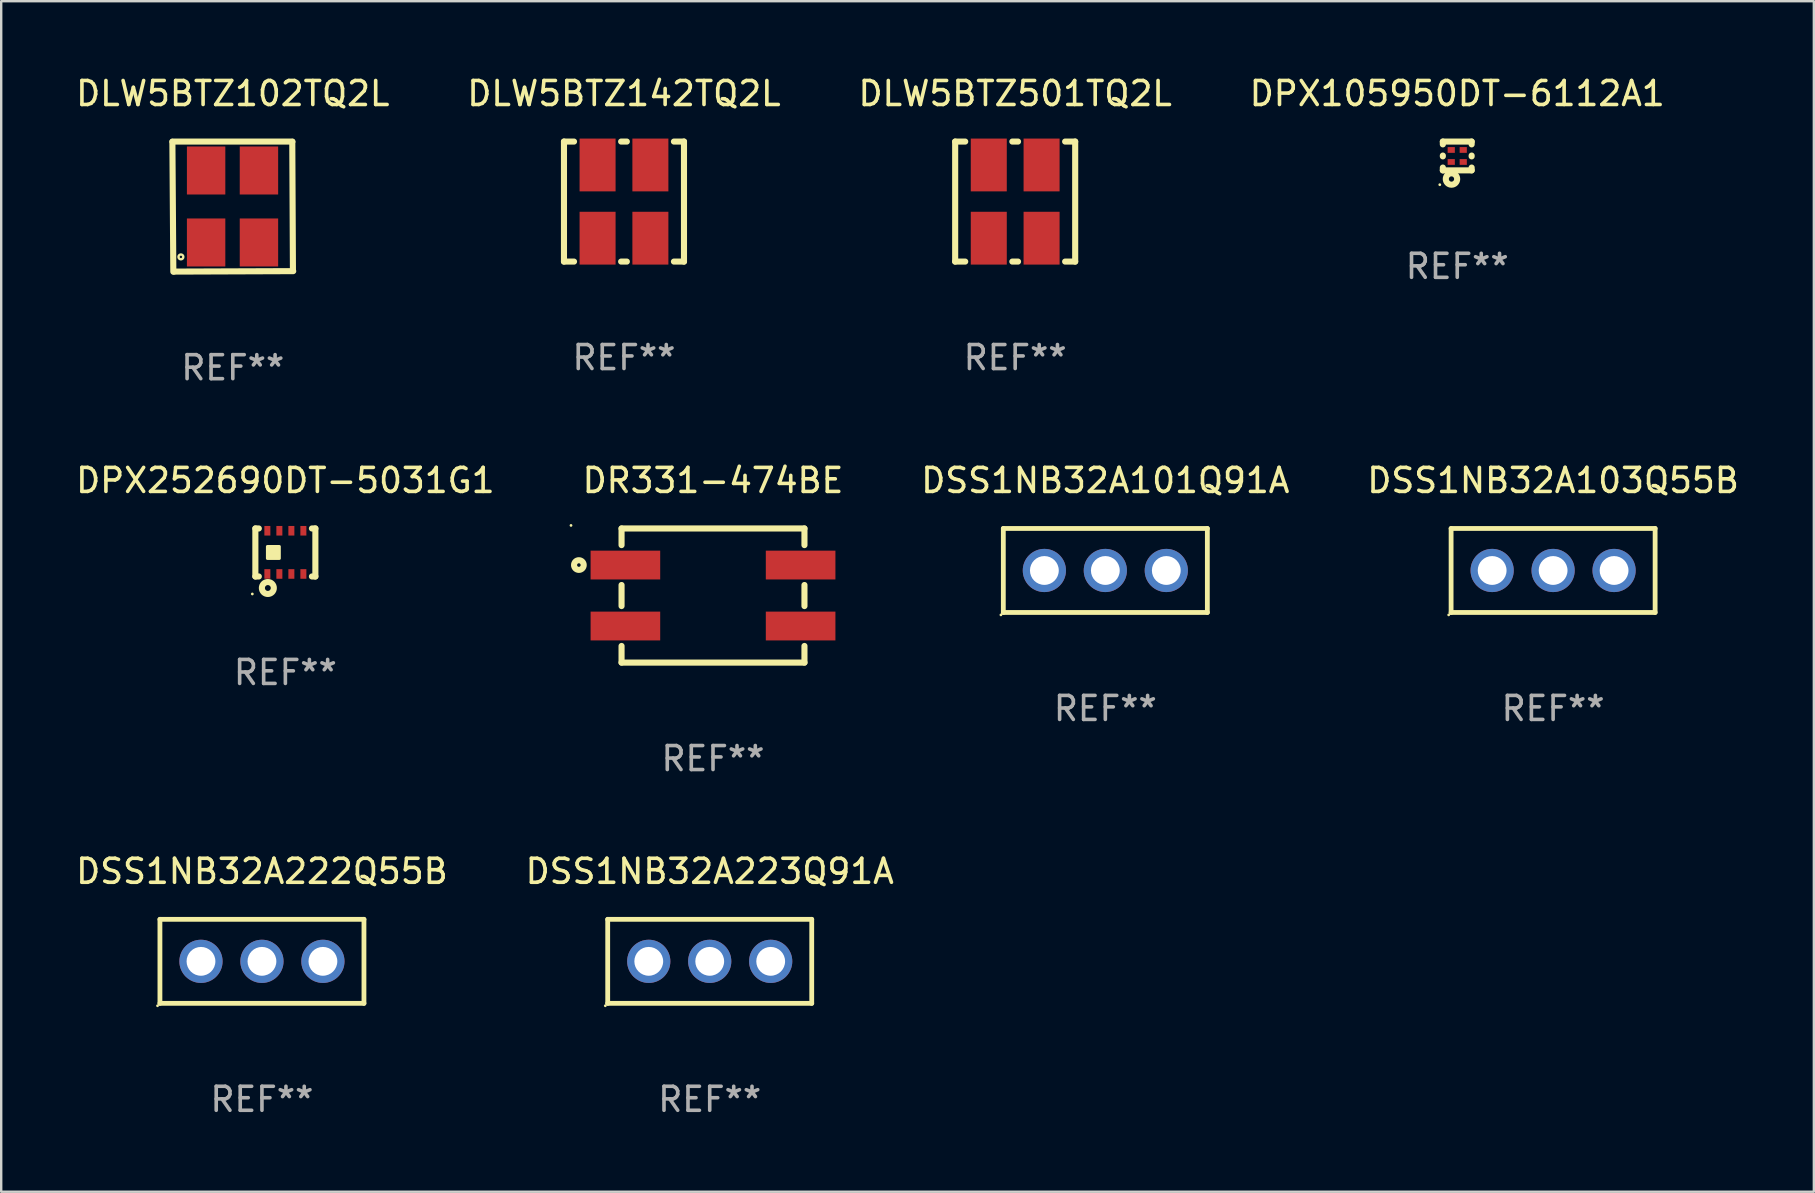
<source format=kicad_pcb>
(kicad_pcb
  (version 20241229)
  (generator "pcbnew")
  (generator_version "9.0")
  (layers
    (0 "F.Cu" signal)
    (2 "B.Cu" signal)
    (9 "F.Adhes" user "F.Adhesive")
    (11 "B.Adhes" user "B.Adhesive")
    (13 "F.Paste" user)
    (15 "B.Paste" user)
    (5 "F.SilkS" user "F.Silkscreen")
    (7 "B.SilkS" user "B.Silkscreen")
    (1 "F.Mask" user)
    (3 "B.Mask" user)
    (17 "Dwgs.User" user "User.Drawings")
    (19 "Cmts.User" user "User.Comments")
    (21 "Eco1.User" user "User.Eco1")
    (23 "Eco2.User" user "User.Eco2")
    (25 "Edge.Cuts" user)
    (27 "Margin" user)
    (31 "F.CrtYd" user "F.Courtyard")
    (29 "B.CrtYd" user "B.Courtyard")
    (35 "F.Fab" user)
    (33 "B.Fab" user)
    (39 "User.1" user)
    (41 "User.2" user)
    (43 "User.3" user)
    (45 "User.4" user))
  (footprint "DR331-474BE"
    (layer "F.Cu")
    (at 26.655 21.761)
    (property "Reference" "DR331-474BE" (at 0 -4.794 0) (layer "F.SilkS") (effects (font (size 1 1) (thickness 0.15))))
    (attr through_hole)
    (fp_line (start -3.81 -2.794) (end 3.81 -2.794) (stroke (width 0.254) (type solid)) (layer "F.SilkS"))
    (fp_line (start -3.81 -2.101) (end -3.81 -2.794) (stroke (width 0.254) (type solid)) (layer "F.SilkS"))
    (fp_line (start -3.81 0.439) (end -3.81 -0.439) (stroke (width 0.254) (type solid)) (layer "F.SilkS"))
    (fp_line (start -3.81 2.794) (end -3.81 2.101) (stroke (width 0.254) (type solid)) (layer "F.SilkS"))
    (fp_line (start 3.81 -2.794) (end 3.81 -2.101) (stroke (width 0.254) (type solid)) (layer "F.SilkS"))
    (fp_line (start 3.81 -0.439) (end 3.81 0.439) (stroke (width 0.254) (type solid)) (layer "F.SilkS"))
    (fp_line (start 3.81 2.101) (end 3.81 2.794) (stroke (width 0.254) (type solid)) (layer "F.SilkS"))
    (fp_line (start 3.81 2.794) (end -3.81 2.794) (stroke (width 0.254) (type solid)) (layer "F.SilkS"))
    (fp_circle (center -5.916 -2.921) (end -5.886 -2.921) (stroke (width 0.06) (type solid)) (fill no) (layer "F.SilkS"))
    (fp_circle (center -5.588 -1.27) (end -5.387 -1.27) (stroke (width 0.254) (type solid)) (fill no) (layer "F.SilkS"))
    (fp_text user "REF**" (at 0 6.794 0) (layer "F.Fab") (effects (font (size 1 1) (thickness 0.15))))
    (pad "1" smd rect (at -3.65 -1.27) (size 2.9 1.2) (layers "F.Cu" "F.Mask" "F.Paste"))
    (pad "2" smd rect (at -3.65 1.27) (size 2.9 1.2) (layers "F.Cu" "F.Mask" "F.Paste"))
    (pad "3" smd rect (at 3.65 1.27) (size 2.9 1.2) (layers "F.Cu" "F.Mask" "F.Paste"))
    (pad "4" smd rect (at 3.65 -1.27) (size 2.9 1.2) (layers "F.Cu" "F.Mask" "F.Paste")))
  (footprint "DSS1NB32A101Q91A"
    (layer "F.Cu")
    (at 43 20.717)
    (property "Reference" "DSS1NB32A101Q91A" (at 0 -3.75 0) (layer "F.SilkS") (effects (font (size 1 1) (thickness 0.15))))
    (attr through_hole)
    (fp_line (start -4.25 1.75) (end -4.25 -1.75) (stroke (width 0.2) (type solid)) (layer "F.SilkS"))
    (fp_line (start -4.25 -1.75) (end 4.25 -1.75) (stroke (width 0.2) (type solid)) (layer "F.SilkS"))
    (fp_line (start 4.25 1.75) (end -4.25 1.75) (stroke (width 0.2) (type solid)) (layer "F.SilkS"))
    (fp_line (start 4.25 -1.75) (end 4.25 1.75) (stroke (width 0.2) (type solid)) (layer "F.SilkS"))
    (fp_circle (center -4.35 1.85) (end -4.32 1.85) (stroke (width 0.06) (type solid)) (fill no) (layer "F.SilkS"))
    (fp_text user "REF**" (at 0 5.75 0) (layer "F.Fab") (effects (font (size 1 1) (thickness 0.15))))
    (pad "1" thru_hole circle (at -2.54 0) (size 1.8 1.8) (drill 1.2) (layers "*.Cu" "*.Mask"))
    (pad "2" thru_hole circle (at 0.000025 0) (size 1.8 1.8) (drill 1.2) (layers "*.Cu" "*.Mask"))
    (pad "3" thru_hole circle (at 2.54 0) (size 1.8 1.8) (drill 1.2) (layers "*.Cu" "*.Mask")))
  (footprint "DPX252690DT-5031G1"
    (layer "F.Cu")
    (at 8.839 19.967)
    (property "Reference" "DPX252690DT-5031G1" (at 0 -3 0) (layer "F.SilkS") (effects (font (size 1 1) (thickness 0.15))))
    (attr through_hole)
    (fp_line (start -1.25 -1) (end -1.25 1) (stroke (width 0.254) (type solid)) (layer "F.SilkS"))
    (fp_line (start -1.25 -1) (end -1.106 -1) (stroke (width 0.254) (type solid)) (layer "F.SilkS"))
    (fp_line (start -1.106 1) (end -1.25 1) (stroke (width 0.254) (type solid)) (layer "F.SilkS"))
    (fp_line (start 1.106 -1) (end 1.25 -1) (stroke (width 0.254) (type solid)) (layer "F.SilkS"))
    (fp_line (start 1.25 -1) (end 1.25 1) (stroke (width 0.254) (type solid)) (layer "F.SilkS"))
    (fp_line (start 1.25 1) (end 1.106 1) (stroke (width 0.254) (type solid)) (layer "F.SilkS"))
    (fp_circle (center -1.377 1.729) (end -1.347 1.729) (stroke (width 0.06) (type solid)) (fill no) (layer "F.SilkS"))
    (fp_circle (center -0.73 1.48) (end -0.608 1.48) (stroke (width 0.254) (type solid)) (fill no) (layer "F.SilkS"))
    (fp_poly (pts (xy -0.75 -0.25) (xy -0.25 -0.25) (xy -0.25 0.25) (xy -0.75 0.25)) (stroke (width 0.12) (type solid)) (fill yes) (layer "F.SilkS"))
    (fp_text user "REF**" (at 0 5 0) (layer "F.Fab") (effects (font (size 1 1) (thickness 0.15))))
    (pad "1" smd rect (at -0.75 0.895) (size 0.25 0.4) (layers "F.Cu" "F.Mask" "F.Paste"))
    (pad "2" smd rect (at -0.25 0.895) (size 0.25 0.4) (layers "F.Cu" "F.Mask" "F.Paste"))
    (pad "3" smd rect (at 0.25 0.895) (size 0.25 0.4) (layers "F.Cu" "F.Mask" "F.Paste"))
    (pad "4" smd rect (at 0.75 0.895) (size 0.25 0.4) (layers "F.Cu" "F.Mask" "F.Paste"))
    (pad "5" smd rect (at 0.75 -0.905) (size 0.25 0.4) (layers "F.Cu" "F.Mask" "F.Paste"))
    (pad "6" smd rect (at 0.25 -0.905) (size 0.25 0.4) (layers "F.Cu" "F.Mask" "F.Paste"))
    (pad "7" smd rect (at -0.25 -0.905) (size 0.25 0.4) (layers "F.Cu" "F.Mask" "F.Paste"))
    (pad "8" smd rect (at -0.75 -0.905) (size 0.25 0.4) (layers "F.Cu" "F.Mask" "F.Paste")))
  (footprint "DLW5BTZ102TQ2L"
    (layer "F.Cu")
    (at 6.649 5.559)
    (property "Reference" "DLW5BTZ102TQ2L" (at 0 -4.711 0) (layer "F.SilkS") (effects (font (size 1 1) (thickness 0.15))))
    (attr through_hole)
    (fp_line (start -2.517 -2.699) (end -2.478 2.711) (stroke (width 0.254) (type solid)) (layer "F.SilkS"))
    (fp_line (start -2.516 -2.711) (end 2.484 -2.711) (stroke (width 0.254) (type solid)) (layer "F.SilkS"))
    (fp_line (start -2.445 2.706) (end 2.517 2.687) (stroke (width 0.254) (type solid)) (layer "F.SilkS"))
    (fp_line (start 2.505 2.656) (end 2.478 -2.699) (stroke (width 0.254) (type solid)) (layer "F.SilkS"))
    (fp_circle (center -2.512 2.494) (end -2.482 2.494) (stroke (width 0.06) (type solid)) (fill no) (layer "F.SilkS"))
    (fp_circle (center -2.162 2.094) (end -2.061 2.094) (stroke (width 0.1) (type solid)) (fill no) (layer "F.SilkS"))
    (fp_text user "REF**" (at 0 6.711 0) (layer "F.Fab") (effects (font (size 1 1) (thickness 0.15))))
    (pad "1" smd rect (at -1.112 1.493 270) (size 2 1.6) (layers "F.Cu" "F.Mask" "F.Paste"))
    (pad "2" smd rect (at -1.112 -1.506 270) (size 2 1.6) (layers "F.Cu" "F.Mask" "F.Paste"))
    (pad "3" smd rect (at 1.089 -1.506 270) (size 2 1.6) (layers "F.Cu" "F.Mask" "F.Paste"))
    (pad "4" smd rect (at 1.089 1.493 270) (size 2 1.6) (layers "F.Cu" "F.Mask" "F.Paste")))
  (footprint "DLW5BTZ501TQ2L"
    (layer "F.Cu")
    (at 39.244 5.348)
    (property "Reference" "DLW5BTZ501TQ2L" (at 0 -4.5 0) (layer "F.SilkS") (effects (font (size 1 1) (thickness 0.15))))
    (attr through_hole)
    (fp_line (start -2.5 -2.5) (end -2.081 -2.5) (stroke (width 0.254) (type solid)) (layer "F.SilkS"))
    (fp_line (start -2.5 2.5) (end -2.5 -2.5) (stroke (width 0.254) (type solid)) (layer "F.SilkS"))
    (fp_line (start -2.5 2.5) (end -2.081 2.5) (stroke (width 0.254) (type solid)) (layer "F.SilkS"))
    (fp_line (start -0.119 -2.5) (end 0.119 -2.5) (stroke (width 0.254) (type solid)) (layer "F.SilkS"))
    (fp_line (start -0.119 2.5) (end 0.119 2.5) (stroke (width 0.254) (type solid)) (layer "F.SilkS"))
    (fp_line (start 2.081 -2.5) (end 2.5 -2.5) (stroke (width 0.254) (type solid)) (layer "F.SilkS"))
    (fp_line (start 2.081 2.5) (end 2.5 2.5) (stroke (width 0.254) (type solid)) (layer "F.SilkS"))
    (fp_line (start 2.5 -2.5) (end 2.5 2.5) (stroke (width 0.254) (type solid)) (layer "F.SilkS"))
    (fp_circle (center 2.5 -2.5) (end 2.53 -2.5) (stroke (width 0.06) (type solid)) (fill no) (layer "F.SilkS"))
    (fp_text user "REF**" (at 0 6.5 0) (layer "F.Fab") (effects (font (size 1 1) (thickness 0.15))))
    (pad "1" smd rect (at 1.1 -1.525) (size 1.5 2.2) (layers "F.Cu" "F.Mask" "F.Paste"))
    (pad "2" smd rect (at -1.1 -1.525) (size 1.5 2.2) (layers "F.Cu" "F.Mask" "F.Paste"))
    (pad "3" smd rect (at -1.1 1.525) (size 1.5 2.2) (layers "F.Cu" "F.Mask" "F.Paste"))
    (pad "4" smd rect (at 1.1 1.525) (size 1.5 2.2) (layers "F.Cu" "F.Mask" "F.Paste")))
  (footprint "DSS1NB32A223Q91A"
    (layer "F.Cu")
    (at 26.518 37.001)
    (property "Reference" "DSS1NB32A223Q91A" (at 0 -3.75 0) (layer "F.SilkS") (effects (font (size 1 1) (thickness 0.15))))
    (attr through_hole)
    (fp_line (start -4.25 1.75) (end -4.25 -1.75) (stroke (width 0.2) (type solid)) (layer "F.SilkS"))
    (fp_line (start -4.25 -1.75) (end 4.25 -1.75) (stroke (width 0.2) (type solid)) (layer "F.SilkS"))
    (fp_line (start 4.25 1.75) (end -4.25 1.75) (stroke (width 0.2) (type solid)) (layer "F.SilkS"))
    (fp_line (start 4.25 -1.75) (end 4.25 1.75) (stroke (width 0.2) (type solid)) (layer "F.SilkS"))
    (fp_circle (center -4.35 1.85) (end -4.32 1.85) (stroke (width 0.06) (type solid)) (fill no) (layer "F.SilkS"))
    (fp_text user "REF**" (at 0 5.75 0) (layer "F.Fab") (effects (font (size 1 1) (thickness 0.15))))
    (pad "1" thru_hole circle (at -2.54 0) (size 1.8 1.8) (drill 1.2) (layers "*.Cu" "*.Mask"))
    (pad "2" thru_hole circle (at 0.000025 0) (size 1.8 1.8) (drill 1.2) (layers "*.Cu" "*.Mask"))
    (pad "3" thru_hole circle (at 2.54 0) (size 1.8 1.8) (drill 1.2) (layers "*.Cu" "*.Mask")))
  (footprint "DSS1NB32A103Q55B"
    (layer "F.Cu")
    (at 61.655 20.717)
    (property "Reference" "DSS1NB32A103Q55B" (at 0 -3.75 0) (layer "F.SilkS") (effects (font (size 1 1) (thickness 0.15))))
    (attr through_hole)
    (fp_line (start -4.25 1.75) (end -4.25 -1.75) (stroke (width 0.2) (type solid)) (layer "F.SilkS"))
    (fp_line (start -4.25 -1.75) (end 4.25 -1.75) (stroke (width 0.2) (type solid)) (layer "F.SilkS"))
    (fp_line (start 4.25 1.75) (end -4.25 1.75) (stroke (width 0.2) (type solid)) (layer "F.SilkS"))
    (fp_line (start 4.25 -1.75) (end 4.25 1.75) (stroke (width 0.2) (type solid)) (layer "F.SilkS"))
    (fp_circle (center -4.35 1.85) (end -4.32 1.85) (stroke (width 0.06) (type solid)) (fill no) (layer "F.SilkS"))
    (fp_text user "REF**" (at 0 5.75 0) (layer "F.Fab") (effects (font (size 1 1) (thickness 0.15))))
    (pad "1" thru_hole circle (at -2.54 0) (size 1.8 1.8) (drill 1.2) (layers "*.Cu" "*.Mask"))
    (pad "2" thru_hole circle (at 0.000025 0) (size 1.8 1.8) (drill 1.2) (layers "*.Cu" "*.Mask"))
    (pad "3" thru_hole circle (at 2.54 0) (size 1.8 1.8) (drill 1.2) (layers "*.Cu" "*.Mask")))
  (footprint "DLW5BTZ142TQ2L"
    (layer "F.Cu")
    (at 22.946 5.348)
    (property "Reference" "DLW5BTZ142TQ2L" (at 0 -4.5 0) (layer "F.SilkS") (effects (font (size 1 1) (thickness 0.15))))
    (attr through_hole)
    (fp_line (start -2.5 -2.5) (end -2.081 -2.5) (stroke (width 0.254) (type solid)) (layer "F.SilkS"))
    (fp_line (start -2.5 2.5) (end -2.5 -2.5) (stroke (width 0.254) (type solid)) (layer "F.SilkS"))
    (fp_line (start -2.5 2.5) (end -2.081 2.5) (stroke (width 0.254) (type solid)) (layer "F.SilkS"))
    (fp_line (start -0.119 -2.5) (end 0.119 -2.5) (stroke (width 0.254) (type solid)) (layer "F.SilkS"))
    (fp_line (start -0.119 2.5) (end 0.119 2.5) (stroke (width 0.254) (type solid)) (layer "F.SilkS"))
    (fp_line (start 2.081 -2.5) (end 2.5 -2.5) (stroke (width 0.254) (type solid)) (layer "F.SilkS"))
    (fp_line (start 2.081 2.5) (end 2.5 2.5) (stroke (width 0.254) (type solid)) (layer "F.SilkS"))
    (fp_line (start 2.5 -2.5) (end 2.5 2.5) (stroke (width 0.254) (type solid)) (layer "F.SilkS"))
    (fp_circle (center 2.5 -2.5) (end 2.53 -2.5) (stroke (width 0.06) (type solid)) (fill no) (layer "F.SilkS"))
    (fp_text user "REF**" (at 0 6.5 0) (layer "F.Fab") (effects (font (size 1 1) (thickness 0.15))))
    (pad "1" smd rect (at 1.1 -1.525) (size 1.5 2.2) (layers "F.Cu" "F.Mask" "F.Paste"))
    (pad "2" smd rect (at -1.1 -1.525) (size 1.5 2.2) (layers "F.Cu" "F.Mask" "F.Paste"))
    (pad "3" smd rect (at -1.1 1.525) (size 1.5 2.2) (layers "F.Cu" "F.Mask" "F.Paste"))
    (pad "4" smd rect (at 1.1 1.525) (size 1.5 2.2) (layers "F.Cu" "F.Mask" "F.Paste")))
  (footprint "DPX105950DT-6112A1"
    (layer "F.Cu")
    (at 57.661 3.448)
    (property "Reference" "DPX105950DT-6112A1" (at 0 -2.6 0) (layer "F.SilkS") (effects (font (size 1 1) (thickness 0.15))))
    (attr through_hole)
    (fp_line (start -0.6 -0.6) (end 0.6 -0.6) (stroke (width 0.254) (type solid)) (layer "F.SilkS"))
    (fp_line (start -0.6 -0.483) (end -0.6 -0.6) (stroke (width 0.254) (type solid)) (layer "F.SilkS"))
    (fp_line (start -0.6 0.017) (end -0.6 -0.017) (stroke (width 0.254) (type solid)) (layer "F.SilkS"))
    (fp_line (start -0.6 0.6) (end -0.6 0.483) (stroke (width 0.254) (type solid)) (layer "F.SilkS"))
    (fp_line (start 0.6 -0.6) (end 0.6 -0.483) (stroke (width 0.254) (type solid)) (layer "F.SilkS"))
    (fp_line (start 0.6 -0.017) (end 0.6 0.017) (stroke (width 0.254) (type solid)) (layer "F.SilkS"))
    (fp_line (start 0.6 0.483) (end 0.6 0.6) (stroke (width 0.254) (type solid)) (layer "F.SilkS"))
    (fp_line (start 0.6 0.6) (end -0.6 0.6) (stroke (width 0.254) (type solid)) (layer "F.SilkS"))
    (fp_circle (center -0.727 1.197) (end -0.697 1.197) (stroke (width 0.06) (type solid)) (fill no) (layer "F.SilkS"))
    (fp_circle (center -0.24 0.96) (end -0.13 0.96) (stroke (width 0.254) (type solid)) (fill no) (layer "F.SilkS"))
    (fp_text user "REF**" (at 0 4.6 0) (layer "F.Fab") (effects (font (size 1 1) (thickness 0.15))))
    (pad "1" smd rect (at -0.25 0.25) (size 0.3 0.24) (layers "F.Cu" "F.Mask" "F.Paste"))
    (pad "2" smd rect (at 0.25 0.25) (size 0.3 0.24) (layers "F.Cu" "F.Mask" "F.Paste"))
    (pad "3" smd rect (at 0.25 -0.25) (size 0.3 0.24) (layers "F.Cu" "F.Mask" "F.Paste"))
    (pad "4" smd rect (at -0.25 -0.25) (size 0.3 0.24) (layers "F.Cu" "F.Mask" "F.Paste")))
  (footprint "DSS1NB32A222Q55B"
    (layer "F.Cu")
    (at 7.863 37.001)
    (property "Reference" "DSS1NB32A222Q55B" (at 0 -3.75 0) (layer "F.SilkS") (effects (font (size 1 1) (thickness 0.15))))
    (attr through_hole)
    (fp_line (start -4.25 1.75) (end -4.25 -1.75) (stroke (width 0.2) (type solid)) (layer "F.SilkS"))
    (fp_line (start -4.25 -1.75) (end 4.25 -1.75) (stroke (width 0.2) (type solid)) (layer "F.SilkS"))
    (fp_line (start 4.25 1.75) (end -4.25 1.75) (stroke (width 0.2) (type solid)) (layer "F.SilkS"))
    (fp_line (start 4.25 -1.75) (end 4.25 1.75) (stroke (width 0.2) (type solid)) (layer "F.SilkS"))
    (fp_circle (center -4.35 1.85) (end -4.32 1.85) (stroke (width 0.06) (type solid)) (fill no) (layer "F.SilkS"))
    (fp_text user "REF**" (at 0 5.75 0) (layer "F.Fab") (effects (font (size 1 1) (thickness 0.15))))
    (pad "1" thru_hole circle (at -2.54 0) (size 1.8 1.8) (drill 1.2) (layers "*.Cu" "*.Mask"))
    (pad "2" thru_hole circle (at 0.000025 0) (size 1.8 1.8) (drill 1.2) (layers "*.Cu" "*.Mask"))
    (pad "3" thru_hole circle (at 2.54 0) (size 1.8 1.8) (drill 1.2) (layers "*.Cu" "*.Mask")))
  (gr_rect
    (start -3 -3)
    (end 72.518 46.6)
    (stroke (width 0.1) (type default))
    (fill no)
    (layer "Edge.Cuts")))
</source>
